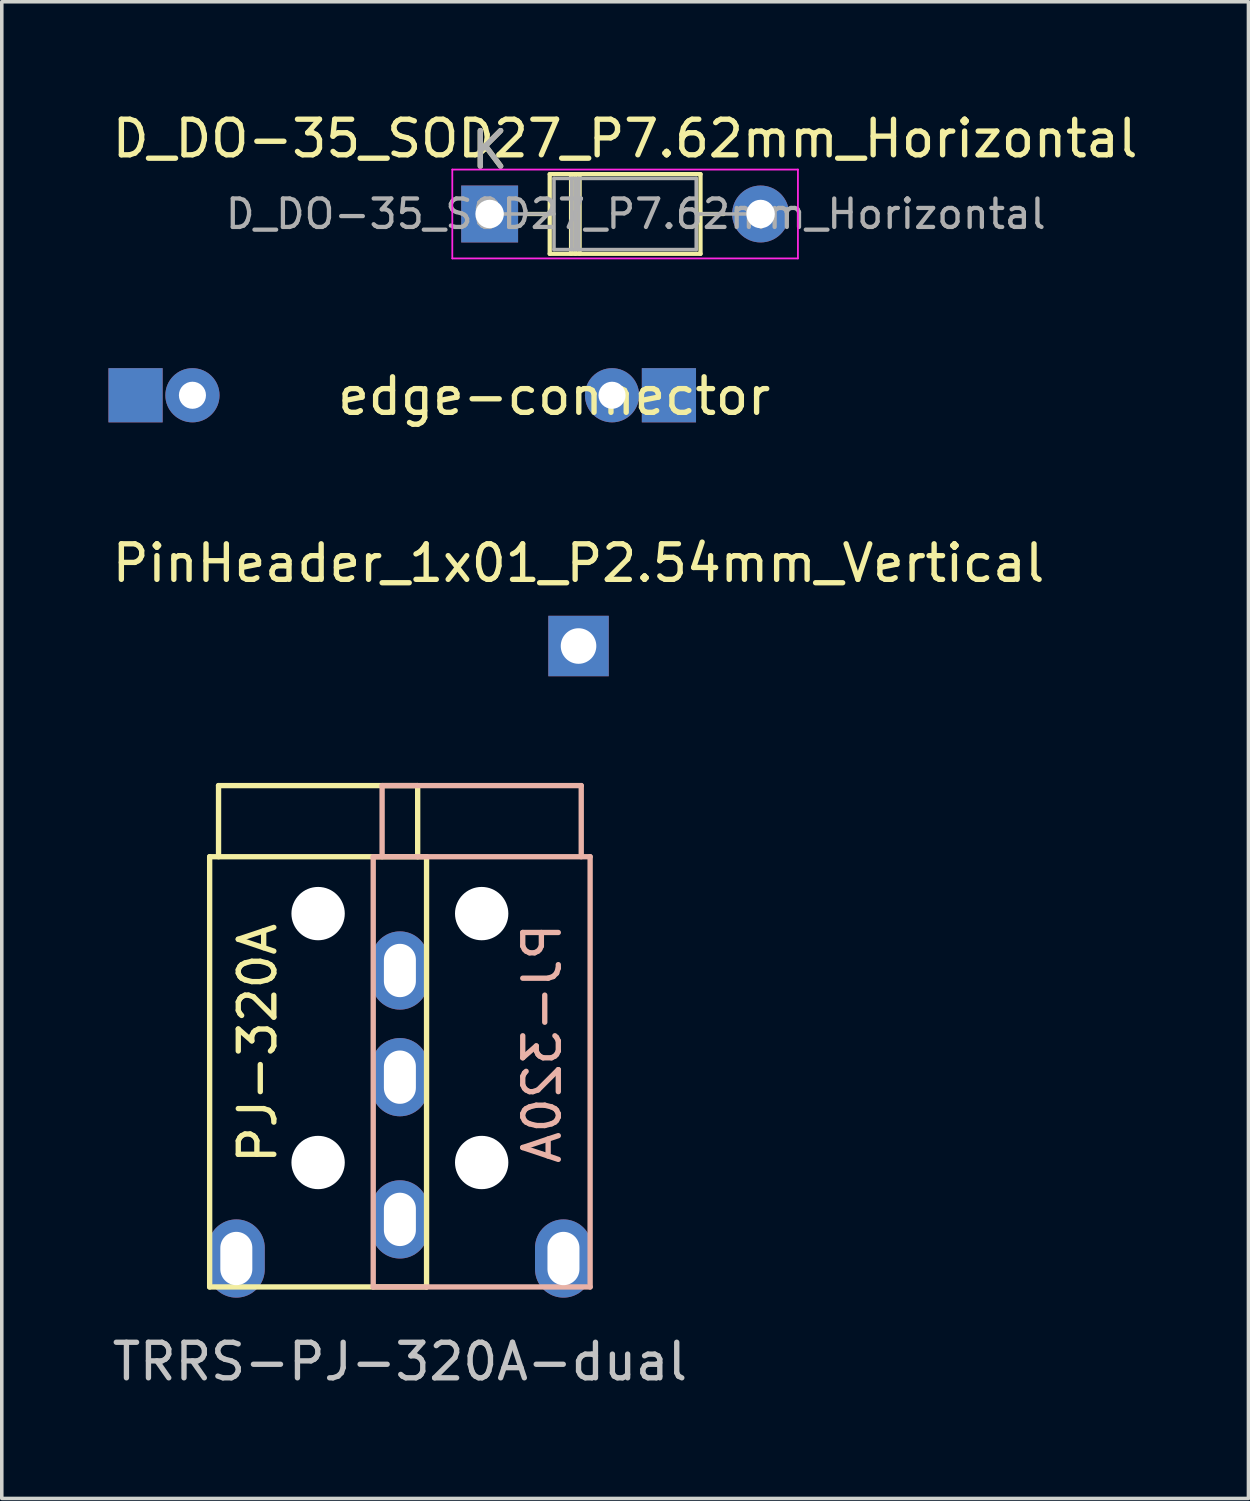
<source format=kicad_pcb>
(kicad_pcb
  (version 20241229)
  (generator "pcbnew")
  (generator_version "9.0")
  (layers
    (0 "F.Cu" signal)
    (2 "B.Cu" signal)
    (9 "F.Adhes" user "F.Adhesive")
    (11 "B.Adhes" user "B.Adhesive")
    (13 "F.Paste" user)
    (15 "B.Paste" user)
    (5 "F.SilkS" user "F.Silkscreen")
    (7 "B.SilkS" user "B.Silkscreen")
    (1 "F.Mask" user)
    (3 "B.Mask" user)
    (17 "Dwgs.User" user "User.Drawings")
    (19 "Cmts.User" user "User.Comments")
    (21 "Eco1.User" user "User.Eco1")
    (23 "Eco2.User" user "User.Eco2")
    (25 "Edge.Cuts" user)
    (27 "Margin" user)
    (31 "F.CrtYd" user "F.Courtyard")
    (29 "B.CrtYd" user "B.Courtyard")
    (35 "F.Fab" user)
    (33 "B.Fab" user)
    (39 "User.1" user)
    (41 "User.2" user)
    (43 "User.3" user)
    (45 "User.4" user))
  (footprint "edge-connector"
    (layer "F.Cu")
    (at 8.262 8.066)
    (property "Reference" "edge-connector" (at 4.275 0.025 0) (layer "F.SilkS") (effects (font (size 1 1) (thickness 0.15))))
    (attr through_hole)
    (pad "1" thru_hole circle (at 5.9 0) (size 1.524 1.524) (drill 0.762) (layers "*.Cu" "*.Mask"))
    (pad "1" connect rect (at 7.5 0) (size 1.524 1.524) (layers "F.Cu" "F.Mask"))
    (pad "1" connect rect (at 7.5 0) (size 1.524 1.524) (layers "B.Cu" "B.Mask"))
    (pad "2" connect rect (at -7.5 0) (size 1.524 1.524) (layers "F.Cu" "F.Mask"))
    (pad "2" connect rect (at -7.5 0) (size 1.524 1.524) (layers "B.Cu" "B.Mask"))
    (pad "2" thru_hole circle (at -5.9 0) (size 1.524 1.524) (drill 0.762) (layers "*.Cu" "*.Mask")))
  (footprint "TRRS-PJ-320A-dual"
    (layer "F.Cu")
    (at 8.196 21.043)
    (property "Reference" "TRRS-PJ-320A-dual" (at 0 14.2 0) (layer "Dwgs.User") (effects (font (size 1 1) (thickness 0.15))))
    (attr through_hole)
    (fp_line (start -5.35 0) (end -5.35 12.1) (stroke (width 0.15) (type solid)) (layer "F.SilkS"))
    (fp_line (start -5.1 0) (end -5.1 -2) (stroke (width 0.15) (type solid)) (layer "F.SilkS"))
    (fp_line (start 0.5 -2) (end -5.1 -2) (stroke (width 0.15) (type solid)) (layer "F.SilkS"))
    (fp_line (start 0.5 0) (end 0.5 -2) (stroke (width 0.15) (type solid)) (layer "F.SilkS"))
    (fp_line (start 0.75 0) (end -5.35 0) (stroke (width 0.15) (type solid)) (layer "F.SilkS"))
    (fp_line (start 0.75 0) (end 0.75 12.1) (stroke (width 0.15) (type solid)) (layer "F.SilkS"))
    (fp_line (start 0.75 12.1) (end -5.35 12.1) (stroke (width 0.15) (type solid)) (layer "F.SilkS"))
    (fp_line (start -0.75 0) (end -0.75 12.1) (stroke (width 0.15) (type solid)) (layer "B.SilkS"))
    (fp_line (start -0.75 0) (end 5.35 0) (stroke (width 0.15) (type solid)) (layer "B.SilkS"))
    (fp_line (start -0.75 12.1) (end 5.35 12.1) (stroke (width 0.15) (type solid)) (layer "B.SilkS"))
    (fp_line (start -0.5 -2) (end 5.1 -2) (stroke (width 0.15) (type solid)) (layer "B.SilkS"))
    (fp_line (start -0.5 0) (end -0.5 -2) (stroke (width 0.15) (type solid)) (layer "B.SilkS"))
    (fp_line (start 5.1 0) (end 5.1 -2) (stroke (width 0.15) (type solid)) (layer "B.SilkS"))
    (fp_line (start 5.35 0) (end 5.35 12.1) (stroke (width 0.15) (type solid)) (layer "B.SilkS"))
    (fp_text user "PJ-320A" (at -4 5.25 90) (layer "F.SilkS") (effects (font (size 1 1) (thickness 0.15))))
    (fp_text user "PJ-320A" (at 4 5.25 270) (layer "B.SilkS") (effects (font (size 1 1) (thickness 0.15)) (justify mirror)))
    (pad "" np_thru_hole circle (at -2.3 1.6) (size 1.5 1.5) (drill 1.5) (layers "*.Cu" "*.Mask"))
    (pad "" np_thru_hole circle (at -2.3 8.6) (size 1.5 1.5) (drill 1.5) (layers "*.Cu" "*.Mask"))
    (pad "" np_thru_hole circle (at 2.3 1.6) (size 1.5 1.5) (drill 1.5) (layers "*.Cu" "*.Mask"))
    (pad "" np_thru_hole circle (at 2.3 8.6) (size 1.5 1.5) (drill 1.5) (layers "*.Cu" "*.Mask"))
    (pad "1" thru_hole oval (at -4.6 11.3) (size 1.6 2.2) (drill oval 0.9 1.5) (layers "*.Cu" "*.Mask"))
    (pad "1" thru_hole oval (at 4.6 11.3) (size 1.6 2.2) (drill oval 0.9 1.5) (layers "*.Cu" "*.Mask"))
    (pad "2" thru_hole oval (at 0 3.2) (size 1.6 2.2) (drill oval 0.9 1.5) (layers "*.Cu" "*.Mask"))
    (pad "3" thru_hole oval (at 0 6.2) (size 1.6 2.2) (drill oval 0.9 1.5) (layers "*.Cu" "*.Mask"))
    (pad "4" thru_hole oval (at 0 10.2) (size 1.6 2.2) (drill oval 0.9 1.5) (layers "*.Cu" "*.Mask")))
  (footprint "PinHeader_1x01_P2.54mm_Vertical"
    (layer "F.Cu")
    (at 13.22 15.118)
    (property "Reference" "PinHeader_1x01_P2.54mm_Vertical" (at 0 -2.33 0) (layer "F.SilkS") (effects (font (size 1 1) (thickness 0.15))))
    (attr through_hole)
    (pad "1" thru_hole rect (at 0 0) (size 1.7 1.7) (drill 1) (layers "*.Cu" "*.Mask")))
  (footprint "D_DO-35_SOD27_P7.62mm_Horizontal"
    (layer "F.Cu")
    (at 10.72 2.968)
    (property "Reference" "D_DO-35_SOD27_P7.62mm_Horizontal" (at 3.81 -2.12 0) (layer "F.SilkS") (effects (font (size 1 1) (thickness 0.15))))
    (attr through_hole)
    (fp_line (start 1.04 0) (end 1.69 0) (stroke (width 0.12) (type solid)) (layer "F.SilkS"))
    (fp_line (start 1.69 -1.12) (end 1.69 1.12) (stroke (width 0.12) (type solid)) (layer "F.SilkS"))
    (fp_line (start 1.69 1.12) (end 5.93 1.12) (stroke (width 0.12) (type solid)) (layer "F.SilkS"))
    (fp_line (start 2.29 -1.12) (end 2.29 1.12) (stroke (width 0.12) (type solid)) (layer "F.SilkS"))
    (fp_line (start 2.41 -1.12) (end 2.41 1.12) (stroke (width 0.12) (type solid)) (layer "F.SilkS"))
    (fp_line (start 2.53 -1.12) (end 2.53 1.12) (stroke (width 0.12) (type solid)) (layer "F.SilkS"))
    (fp_line (start 5.93 -1.12) (end 1.69 -1.12) (stroke (width 0.12) (type solid)) (layer "F.SilkS"))
    (fp_line (start 5.93 1.12) (end 5.93 -1.12) (stroke (width 0.12) (type solid)) (layer "F.SilkS"))
    (fp_line (start 6.58 0) (end 5.93 0) (stroke (width 0.12) (type solid)) (layer "F.SilkS"))
    (fp_line (start -1.05 -1.25) (end -1.05 1.25) (stroke (width 0.05) (type solid)) (layer "F.CrtYd"))
    (fp_line (start -1.05 1.25) (end 8.67 1.25) (stroke (width 0.05) (type solid)) (layer "F.CrtYd"))
    (fp_line (start 8.67 -1.25) (end -1.05 -1.25) (stroke (width 0.05) (type solid)) (layer "F.CrtYd"))
    (fp_line (start 8.67 1.25) (end 8.67 -1.25) (stroke (width 0.05) (type solid)) (layer "F.CrtYd"))
    (fp_line (start 0 0) (end 1.81 0) (stroke (width 0.1) (type solid)) (layer "F.Fab"))
    (fp_line (start 1.81 -1) (end 1.81 1) (stroke (width 0.1) (type solid)) (layer "F.Fab"))
    (fp_line (start 1.81 1) (end 5.81 1) (stroke (width 0.1) (type solid)) (layer "F.Fab"))
    (fp_line (start 2.31 -1) (end 2.31 1) (stroke (width 0.1) (type solid)) (layer "F.Fab"))
    (fp_line (start 2.41 -1) (end 2.41 1) (stroke (width 0.1) (type solid)) (layer "F.Fab"))
    (fp_line (start 2.51 -1) (end 2.51 1) (stroke (width 0.1) (type solid)) (layer "F.Fab"))
    (fp_line (start 5.81 -1) (end 1.81 -1) (stroke (width 0.1) (type solid)) (layer "F.Fab"))
    (fp_line (start 5.81 1) (end 5.81 -1) (stroke (width 0.1) (type solid)) (layer "F.Fab"))
    (fp_line (start 7.62 0) (end 5.81 0) (stroke (width 0.1) (type solid)) (layer "F.Fab"))
    (fp_text user "K" (at 0 -1.8 0) (layer "F.SilkS") (effects (font (size 1 1) (thickness 0.15))))
    (fp_text user "K" (at 0 -1.8 0) (layer "F.Fab") (effects (font (size 1 1) (thickness 0.15))))
    (fp_text user "${REFERENCE}" (at 4.11 0 0) (layer "F.Fab") (effects (font (size 0.8 0.8) (thickness 0.12))))
    (pad "1" thru_hole rect (at 0 0) (size 1.6 1.6) (drill 0.8) (layers "*.Cu" "*.Mask"))
    (pad "2" thru_hole oval (at 7.62 0) (size 1.6 1.6) (drill 0.8) (layers "*.Cu" "*.Mask")))
  (gr_rect
    (start -3 -3)
    (end 32.06 39.091)
    (stroke (width 0.1) (type default))
    (fill no)
    (layer "Edge.Cuts")))
</source>
